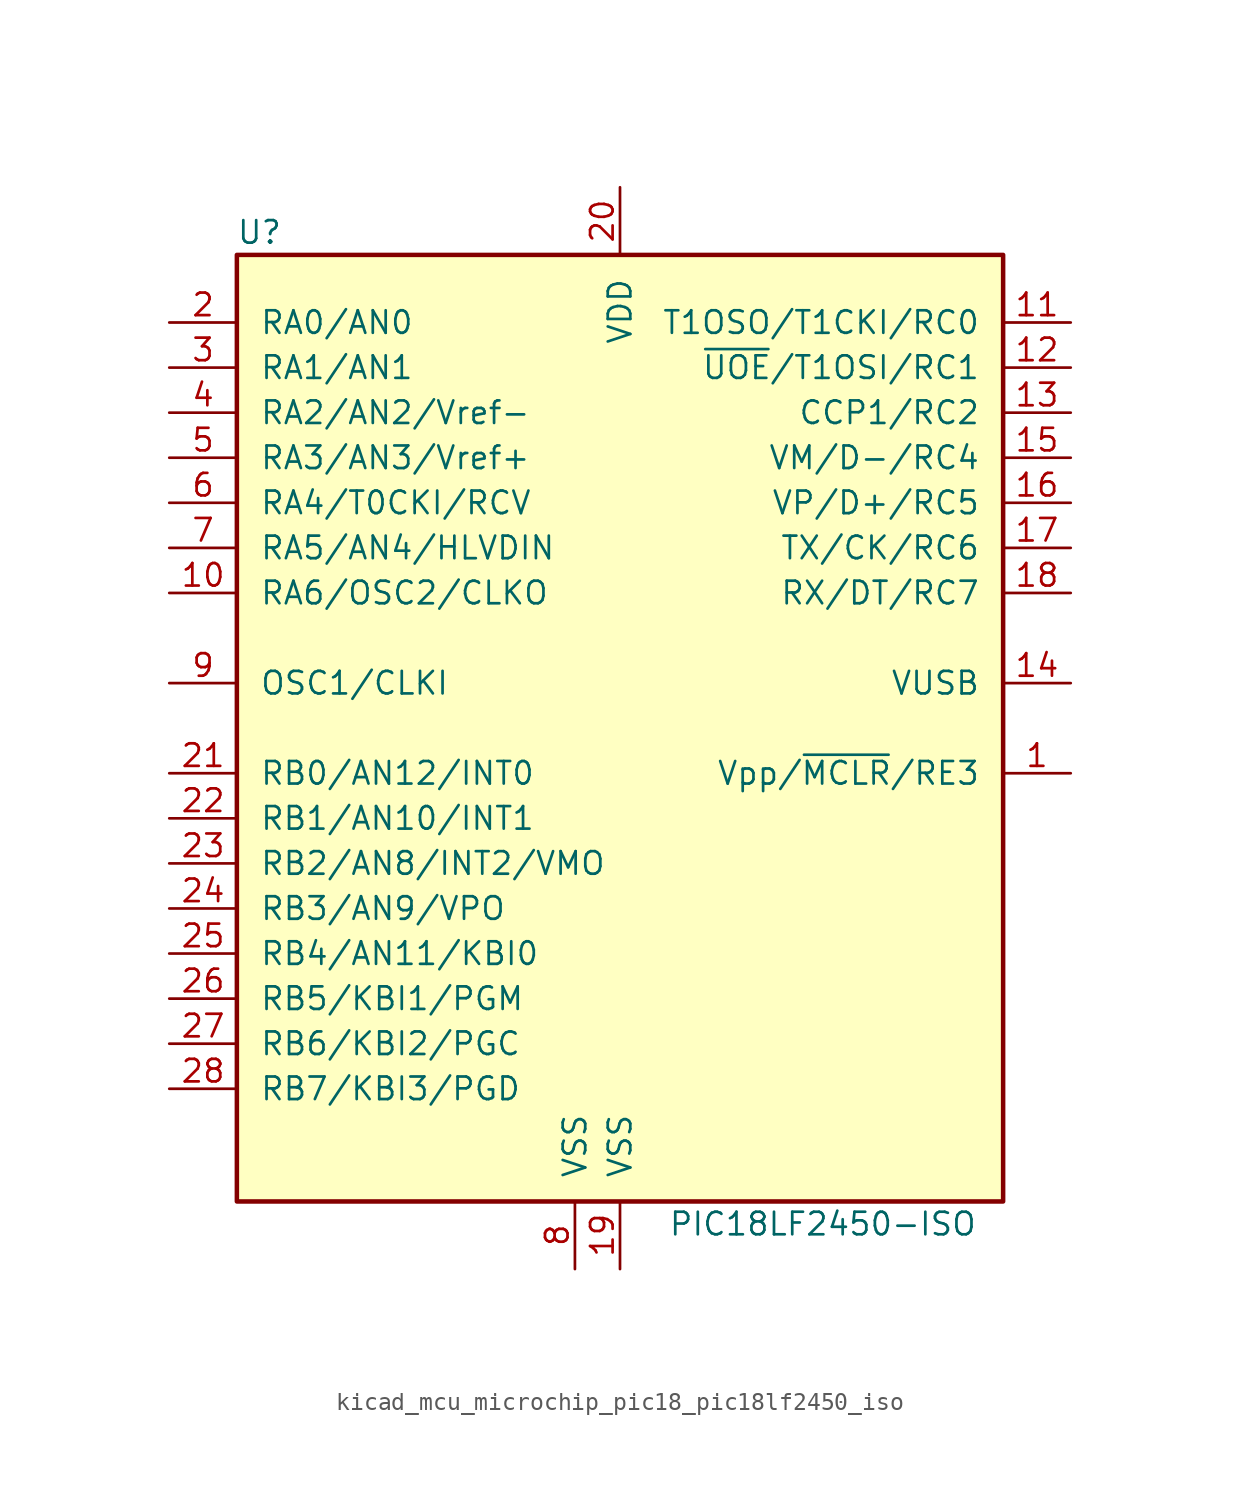
<source format=kicad_sym>
(kicad_symbol_lib
  (version 20220914)
  (generator kicad_symbol_editor)
  (symbol "kicad_mcu_microchip_pic18_pic18lf2450_iso"
    (pin_names
      (offset 1.27))
    (property "Reference" "U"
      (at -20.32 27.94 0)
      (effects (font (size 1.27 1.27))))
    (property "Value" "PIC18LF2450-ISO"
      (at 11.43 -27.94 0)
      (effects (font (size 1.27 1.27))))
    (symbol "kicad_mcu_microchip_pic18_pic18lf2450_iso_0_1"
      (rectangle (start -21.59 26.67) (end 21.59 -26.67) (stroke (width 0.254) (type default)) (fill (type background))))
    (symbol "kicad_mcu_microchip_pic18_pic18lf2450_iso_1_1"
      (pin input line (at 25.4 -2.54 180) (length 3.81) (name "Vpp/~{MCLR}/RE3" (effects (font (size 1.27 1.27)))) (number "1" (effects (font (size 1.27 1.27)))))
      (pin output line (at -25.4 7.62 0) (length 3.81) (name "RA6/OSC2/CLKO" (effects (font (size 1.27 1.27)))) (number "10" (effects (font (size 1.27 1.27)))))
      (pin bidirectional line (at 25.4 22.86 180) (length 3.81) (name "T1OSO/T1CKI/RC0" (effects (font (size 1.27 1.27)))) (number "11" (effects (font (size 1.27 1.27)))))
      (pin bidirectional line (at 25.4 20.32 180) (length 3.81) (name "~{UOE}/T1OSI/RC1" (effects (font (size 1.27 1.27)))) (number "12" (effects (font (size 1.27 1.27)))))
      (pin bidirectional line (at 25.4 17.78 180) (length 3.81) (name "CCP1/RC2" (effects (font (size 1.27 1.27)))) (number "13" (effects (font (size 1.27 1.27)))))
      (pin bidirectional line (at 25.4 2.54 180) (length 3.81) (name "VUSB" (effects (font (size 1.27 1.27)))) (number "14" (effects (font (size 1.27 1.27)))))
      (pin bidirectional line (at 25.4 15.24 180) (length 3.81) (name "VM/D-/RC4" (effects (font (size 1.27 1.27)))) (number "15" (effects (font (size 1.27 1.27)))))
      (pin bidirectional line (at 25.4 12.7 180) (length 3.81) (name "VP/D+/RC5" (effects (font (size 1.27 1.27)))) (number "16" (effects (font (size 1.27 1.27)))))
      (pin bidirectional line (at 25.4 10.16 180) (length 3.81) (name "TX/CK/RC6" (effects (font (size 1.27 1.27)))) (number "17" (effects (font (size 1.27 1.27)))))
      (pin bidirectional line (at 25.4 7.62 180) (length 3.81) (name "RX/DT/RC7" (effects (font (size 1.27 1.27)))) (number "18" (effects (font (size 1.27 1.27)))))
      (pin power_in line (at 0 -30.48 90) (length 3.81) (name "VSS" (effects (font (size 1.27 1.27)))) (number "19" (effects (font (size 1.27 1.27)))))
      (pin bidirectional line (at -25.4 22.86 0) (length 3.81) (name "RA0/AN0" (effects (font (size 1.27 1.27)))) (number "2" (effects (font (size 1.27 1.27)))))
      (pin power_in line (at 0 30.48 270) (length 3.81) (name "VDD" (effects (font (size 1.27 1.27)))) (number "20" (effects (font (size 1.27 1.27)))))
      (pin bidirectional line (at -25.4 -2.54 0) (length 3.81) (name "RB0/AN12/INT0" (effects (font (size 1.27 1.27)))) (number "21" (effects (font (size 1.27 1.27)))))
      (pin bidirectional line (at -25.4 -5.08 0) (length 3.81) (name "RB1/AN10/INT1" (effects (font (size 1.27 1.27)))) (number "22" (effects (font (size 1.27 1.27)))))
      (pin bidirectional line (at -25.4 -7.62 0) (length 3.81) (name "RB2/AN8/INT2/VMO" (effects (font (size 1.27 1.27)))) (number "23" (effects (font (size 1.27 1.27)))))
      (pin bidirectional line (at -25.4 -10.16 0) (length 3.81) (name "RB3/AN9/VPO" (effects (font (size 1.27 1.27)))) (number "24" (effects (font (size 1.27 1.27)))))
      (pin bidirectional line (at -25.4 -12.7 0) (length 3.81) (name "RB4/AN11/KBI0" (effects (font (size 1.27 1.27)))) (number "25" (effects (font (size 1.27 1.27)))))
      (pin bidirectional line (at -25.4 -15.24 0) (length 3.81) (name "RB5/KBI1/PGM" (effects (font (size 1.27 1.27)))) (number "26" (effects (font (size 1.27 1.27)))))
      (pin bidirectional line (at -25.4 -17.78 0) (length 3.81) (name "RB6/KBI2/PGC" (effects (font (size 1.27 1.27)))) (number "27" (effects (font (size 1.27 1.27)))))
      (pin bidirectional line (at -25.4 -20.32 0) (length 3.81) (name "RB7/KBI3/PGD" (effects (font (size 1.27 1.27)))) (number "28" (effects (font (size 1.27 1.27)))))
      (pin bidirectional line (at -25.4 20.32 0) (length 3.81) (name "RA1/AN1" (effects (font (size 1.27 1.27)))) (number "3" (effects (font (size 1.27 1.27)))))
      (pin bidirectional line (at -25.4 17.78 0) (length 3.81) (name "RA2/AN2/Vref-" (effects (font (size 1.27 1.27)))) (number "4" (effects (font (size 1.27 1.27)))))
      (pin bidirectional line (at -25.4 15.24 0) (length 3.81) (name "RA3/AN3/Vref+" (effects (font (size 1.27 1.27)))) (number "5" (effects (font (size 1.27 1.27)))))
      (pin bidirectional line (at -25.4 12.7 0) (length 3.81) (name "RA4/T0CKI/RCV" (effects (font (size 1.27 1.27)))) (number "6" (effects (font (size 1.27 1.27)))))
      (pin bidirectional line (at -25.4 10.16 0) (length 3.81) (name "RA5/AN4/HLVDIN" (effects (font (size 1.27 1.27)))) (number "7" (effects (font (size 1.27 1.27)))))
      (pin power_in line (at -2.54 -30.48 90) (length 3.81) (name "VSS" (effects (font (size 1.27 1.27)))) (number "8" (effects (font (size 1.27 1.27)))))
      (pin input line (at -25.4 2.54 0) (length 3.81) (name "OSC1/CLKI" (effects (font (size 1.27 1.27)))) (number "9" (effects (font (size 1.27 1.27))))))))
</source>
